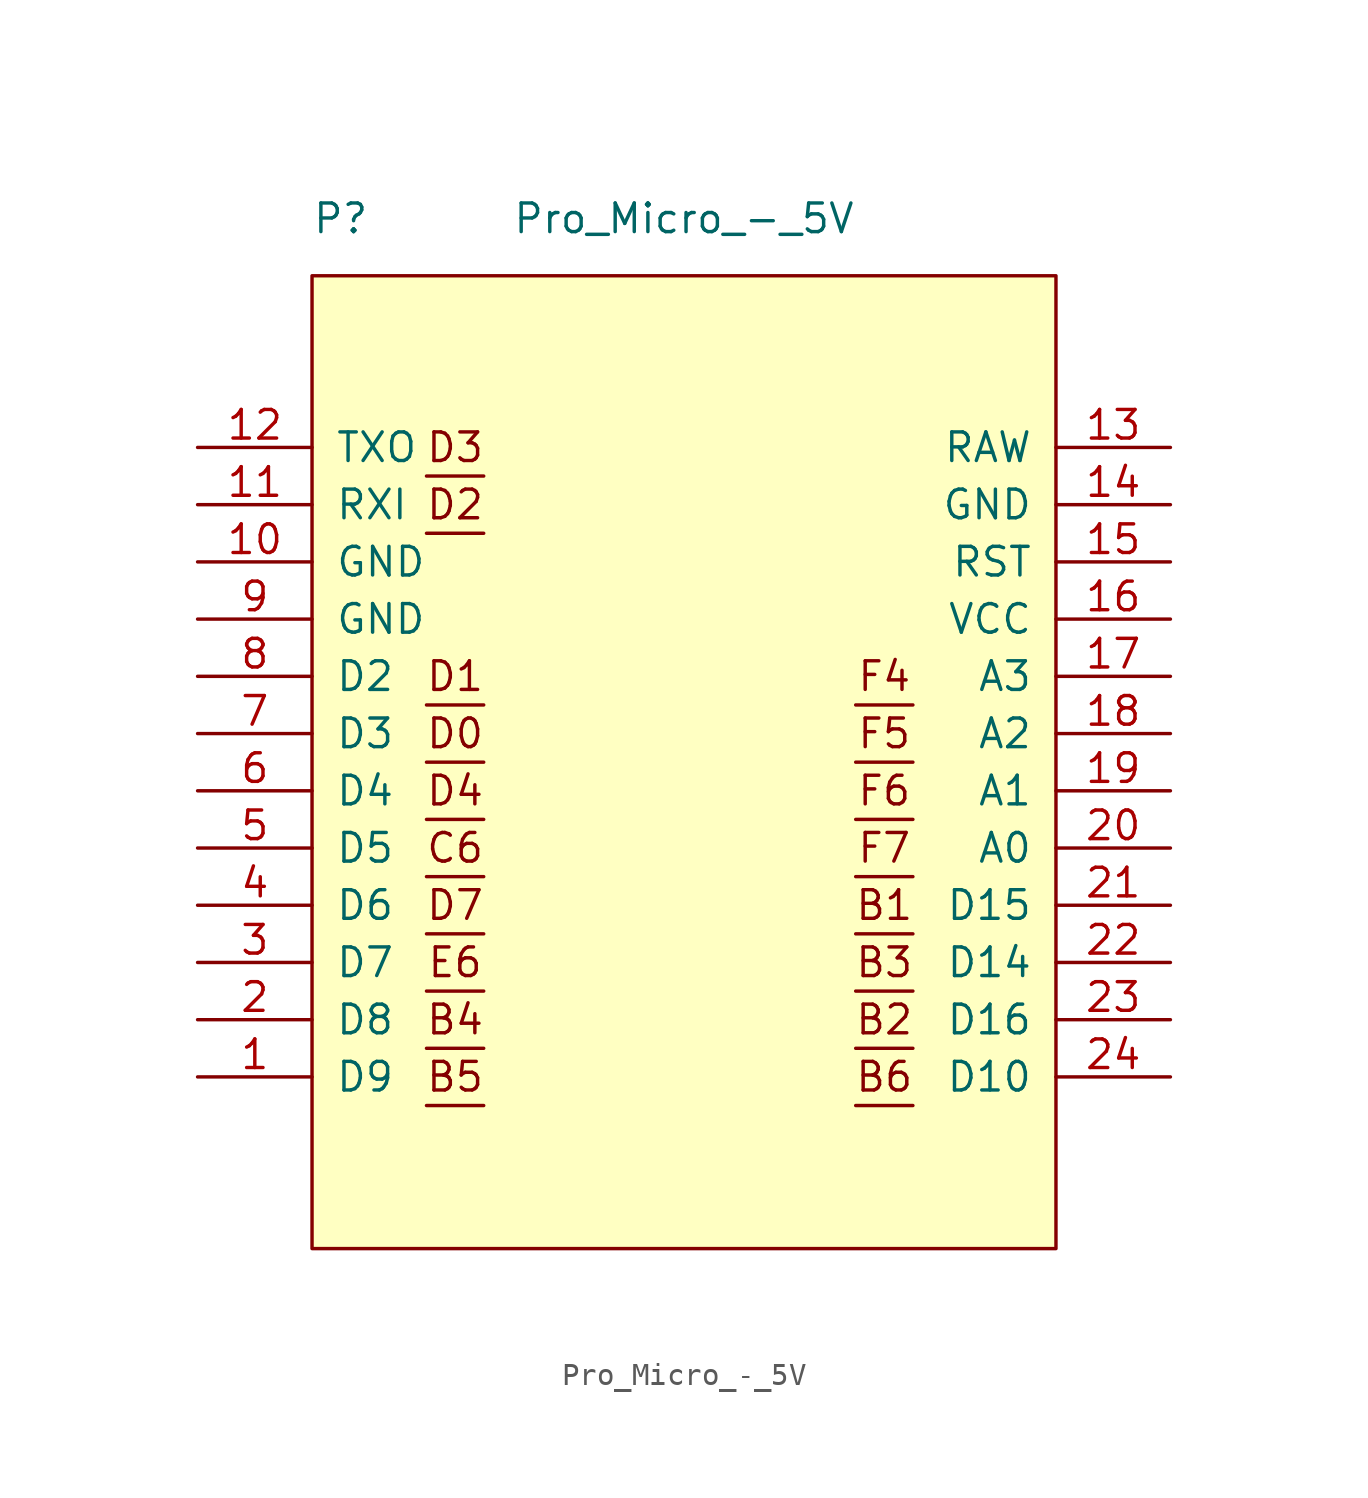
<source format=kicad_sym>
(kicad_symbol_lib
  (version 20211014)
  (generator kicad_symbol_editor)
  (symbol "Pro_Micro_-_5V"
    (pin_names
      (offset 1.016))
    (property "Reference" "P"
      (at -15.24 25.4 0)
      (effects (font (size 1.27 1.27))))
    (property "Value" "Pro_Micro_-_5V"
      (at 0 25.4 0)
      (effects (font (size 1.27 1.27))))
    (symbol "Pro_Micro_-_5V_0_0"
      (polyline (pts (xy -11.43 -13.97) (xy -8.89 -13.97)) (stroke (width 0.152) (type default) (color 0 0 0 0)) (fill (type none)))
      (polyline (pts (xy -11.43 -11.43) (xy -8.89 -11.43)) (stroke (width 0.152) (type default) (color 0 0 0 0)) (fill (type none)))
      (polyline (pts (xy -11.43 -8.89) (xy -8.89 -8.89)) (stroke (width 0.152) (type default) (color 0 0 0 0)) (fill (type none)))
      (polyline (pts (xy -11.43 -6.35) (xy -8.89 -6.35)) (stroke (width 0.152) (type default) (color 0 0 0 0)) (fill (type none)))
      (polyline (pts (xy -11.43 -3.81) (xy -8.89 -3.81)) (stroke (width 0.152) (type default) (color 0 0 0 0)) (fill (type none)))
      (polyline (pts (xy -11.43 -1.27) (xy -8.89 -1.27)) (stroke (width 0.152) (type default) (color 0 0 0 0)) (fill (type none)))
      (polyline (pts (xy -11.43 1.27) (xy -8.89 1.27)) (stroke (width 0.152) (type default) (color 0 0 0 0)) (fill (type none)))
      (polyline (pts (xy -11.43 3.81) (xy -8.89 3.81)) (stroke (width 0.152) (type default) (color 0 0 0 0)) (fill (type none)))
      (polyline (pts (xy -11.43 11.43) (xy -8.89 11.43)) (stroke (width 0.152) (type default) (color 0 0 0 0)) (fill (type none)))
      (polyline (pts (xy -11.43 13.97) (xy -8.89 13.97)) (stroke (width 0.152) (type default) (color 0 0 0 0)) (fill (type none)))
      (polyline (pts (xy 7.62 -13.97) (xy 10.16 -13.97)) (stroke (width 0.152) (type default) (color 0 0 0 0)) (fill (type none)))
      (polyline (pts (xy 7.62 -11.43) (xy 10.16 -11.43)) (stroke (width 0.152) (type default) (color 0 0 0 0)) (fill (type none)))
      (polyline (pts (xy 7.62 -8.89) (xy 10.16 -8.89)) (stroke (width 0.152) (type default) (color 0 0 0 0)) (fill (type none)))
      (polyline (pts (xy 7.62 -6.35) (xy 10.16 -6.35)) (stroke (width 0.152) (type default) (color 0 0 0 0)) (fill (type none)))
      (polyline (pts (xy 7.62 -3.81) (xy 10.16 -3.81)) (stroke (width 0.152) (type default) (color 0 0 0 0)) (fill (type none)))
      (polyline (pts (xy 7.62 -1.27) (xy 10.16 -1.27)) (stroke (width 0.152) (type default) (color 0 0 0 0)) (fill (type none)))
      (polyline (pts (xy 7.62 1.27) (xy 10.16 1.27)) (stroke (width 0.152) (type default) (color 0 0 0 0)) (fill (type none)))
      (polyline (pts (xy 7.62 3.81) (xy 10.16 3.81)) (stroke (width 0.152) (type default) (color 0 0 0 0)) (fill (type none)))
      (text "B1" (at 8.89 -5.08 0) (effects (font (size 1.27 1.27))))
      (text "B2" (at 8.89 -10.16 0) (effects (font (size 1.27 1.27))))
      (text "B3" (at 8.89 -7.62 0) (effects (font (size 1.27 1.27))))
      (text "B4" (at -10.16 -10.16 0) (effects (font (size 1.27 1.27))))
      (text "B5" (at -10.16 -12.7 0) (effects (font (size 1.27 1.27))))
      (text "B6" (at 8.89 -12.7 0) (effects (font (size 1.27 1.27))))
      (text "C6" (at -10.16 -2.54 0) (effects (font (size 1.27 1.27))))
      (text "D0" (at -10.16 2.54 0) (effects (font (size 1.27 1.27))))
      (text "D1" (at -10.16 5.08 0) (effects (font (size 1.27 1.27))))
      (text "D2" (at -10.16 12.7 0) (effects (font (size 1.27 1.27))))
      (text "D3" (at -10.16 15.24 0) (effects (font (size 1.27 1.27))))
      (text "D4" (at -10.16 0 0) (effects (font (size 1.27 1.27))))
      (text "D7" (at -10.16 -5.08 0) (effects (font (size 1.27 1.27))))
      (text "E6" (at -10.16 -7.62 0) (effects (font (size 1.27 1.27))))
      (text "F4" (at 8.89 5.08 0) (effects (font (size 1.27 1.27))))
      (text "F5" (at 8.89 2.54 0) (effects (font (size 1.27 1.27))))
      (text "F6" (at 8.89 0 0) (effects (font (size 1.27 1.27))))
      (text "F7" (at 8.89 -2.54 0) (effects (font (size 1.27 1.27)))))
    (symbol "Pro_Micro_-_5V_1_1"
      (rectangle (start -16.51 22.86) (end 16.51 -20.32) (stroke (width 0.152) (type default) (color 0 0 0 0)) (fill (type background)))
      (pin input line (at -21.59 -12.7 0) (length 5.08) (name "D9" (effects (font (size 1.27 1.27)))) (number "1" (effects (font (size 1.27 1.27)))))
      (pin input line (at -21.59 10.16 0) (length 5.08) (name "GND" (effects (font (size 1.27 1.27)))) (number "10" (effects (font (size 1.27 1.27)))))
      (pin input line (at -21.59 12.7 0) (length 5.08) (name "RXI" (effects (font (size 1.27 1.27)))) (number "11" (effects (font (size 1.27 1.27)))))
      (pin input line (at -21.59 15.24 0) (length 5.08) (name "TXO" (effects (font (size 1.27 1.27)))) (number "12" (effects (font (size 1.27 1.27)))))
      (pin input line (at 21.59 15.24 180) (length 5.08) (name "RAW" (effects (font (size 1.27 1.27)))) (number "13" (effects (font (size 1.27 1.27)))))
      (pin input line (at 21.59 12.7 180) (length 5.08) (name "GND" (effects (font (size 1.27 1.27)))) (number "14" (effects (font (size 1.27 1.27)))))
      (pin input line (at 21.59 10.16 180) (length 5.08) (name "RST" (effects (font (size 1.27 1.27)))) (number "15" (effects (font (size 1.27 1.27)))))
      (pin input line (at 21.59 7.62 180) (length 5.08) (name "VCC" (effects (font (size 1.27 1.27)))) (number "16" (effects (font (size 1.27 1.27)))))
      (pin input line (at 21.59 5.08 180) (length 5.08) (name "A3" (effects (font (size 1.27 1.27)))) (number "17" (effects (font (size 1.27 1.27)))))
      (pin input line (at 21.59 2.54 180) (length 5.08) (name "A2" (effects (font (size 1.27 1.27)))) (number "18" (effects (font (size 1.27 1.27)))))
      (pin input line (at 21.59 0 180) (length 5.08) (name "A1" (effects (font (size 1.27 1.27)))) (number "19" (effects (font (size 1.27 1.27)))))
      (pin input line (at -21.59 -10.16 0) (length 5.08) (name "D8" (effects (font (size 1.27 1.27)))) (number "2" (effects (font (size 1.27 1.27)))))
      (pin input line (at 21.59 -2.54 180) (length 5.08) (name "A0" (effects (font (size 1.27 1.27)))) (number "20" (effects (font (size 1.27 1.27)))))
      (pin input line (at 21.59 -5.08 180) (length 5.08) (name "D15" (effects (font (size 1.27 1.27)))) (number "21" (effects (font (size 1.27 1.27)))))
      (pin input line (at 21.59 -7.62 180) (length 5.08) (name "D14" (effects (font (size 1.27 1.27)))) (number "22" (effects (font (size 1.27 1.27)))))
      (pin input line (at 21.59 -10.16 180) (length 5.08) (name "D16" (effects (font (size 1.27 1.27)))) (number "23" (effects (font (size 1.27 1.27)))))
      (pin input line (at 21.59 -12.7 180) (length 5.08) (name "D10" (effects (font (size 1.27 1.27)))) (number "24" (effects (font (size 1.27 1.27)))))
      (pin input line (at -21.59 -7.62 0) (length 5.08) (name "D7" (effects (font (size 1.27 1.27)))) (number "3" (effects (font (size 1.27 1.27)))))
      (pin input line (at -21.59 -5.08 0) (length 5.08) (name "D6" (effects (font (size 1.27 1.27)))) (number "4" (effects (font (size 1.27 1.27)))))
      (pin input line (at -21.59 -2.54 0) (length 5.08) (name "D5" (effects (font (size 1.27 1.27)))) (number "5" (effects (font (size 1.27 1.27)))))
      (pin input line (at -21.59 0 0) (length 5.08) (name "D4" (effects (font (size 1.27 1.27)))) (number "6" (effects (font (size 1.27 1.27)))))
      (pin input line (at -21.59 2.54 0) (length 5.08) (name "D3" (effects (font (size 1.27 1.27)))) (number "7" (effects (font (size 1.27 1.27)))))
      (pin input line (at -21.59 5.08 0) (length 5.08) (name "D2" (effects (font (size 1.27 1.27)))) (number "8" (effects (font (size 1.27 1.27)))))
      (pin input line (at -21.59 7.62 0) (length 5.08) (name "GND" (effects (font (size 1.27 1.27)))) (number "9" (effects (font (size 1.27 1.27))))))))
</source>
